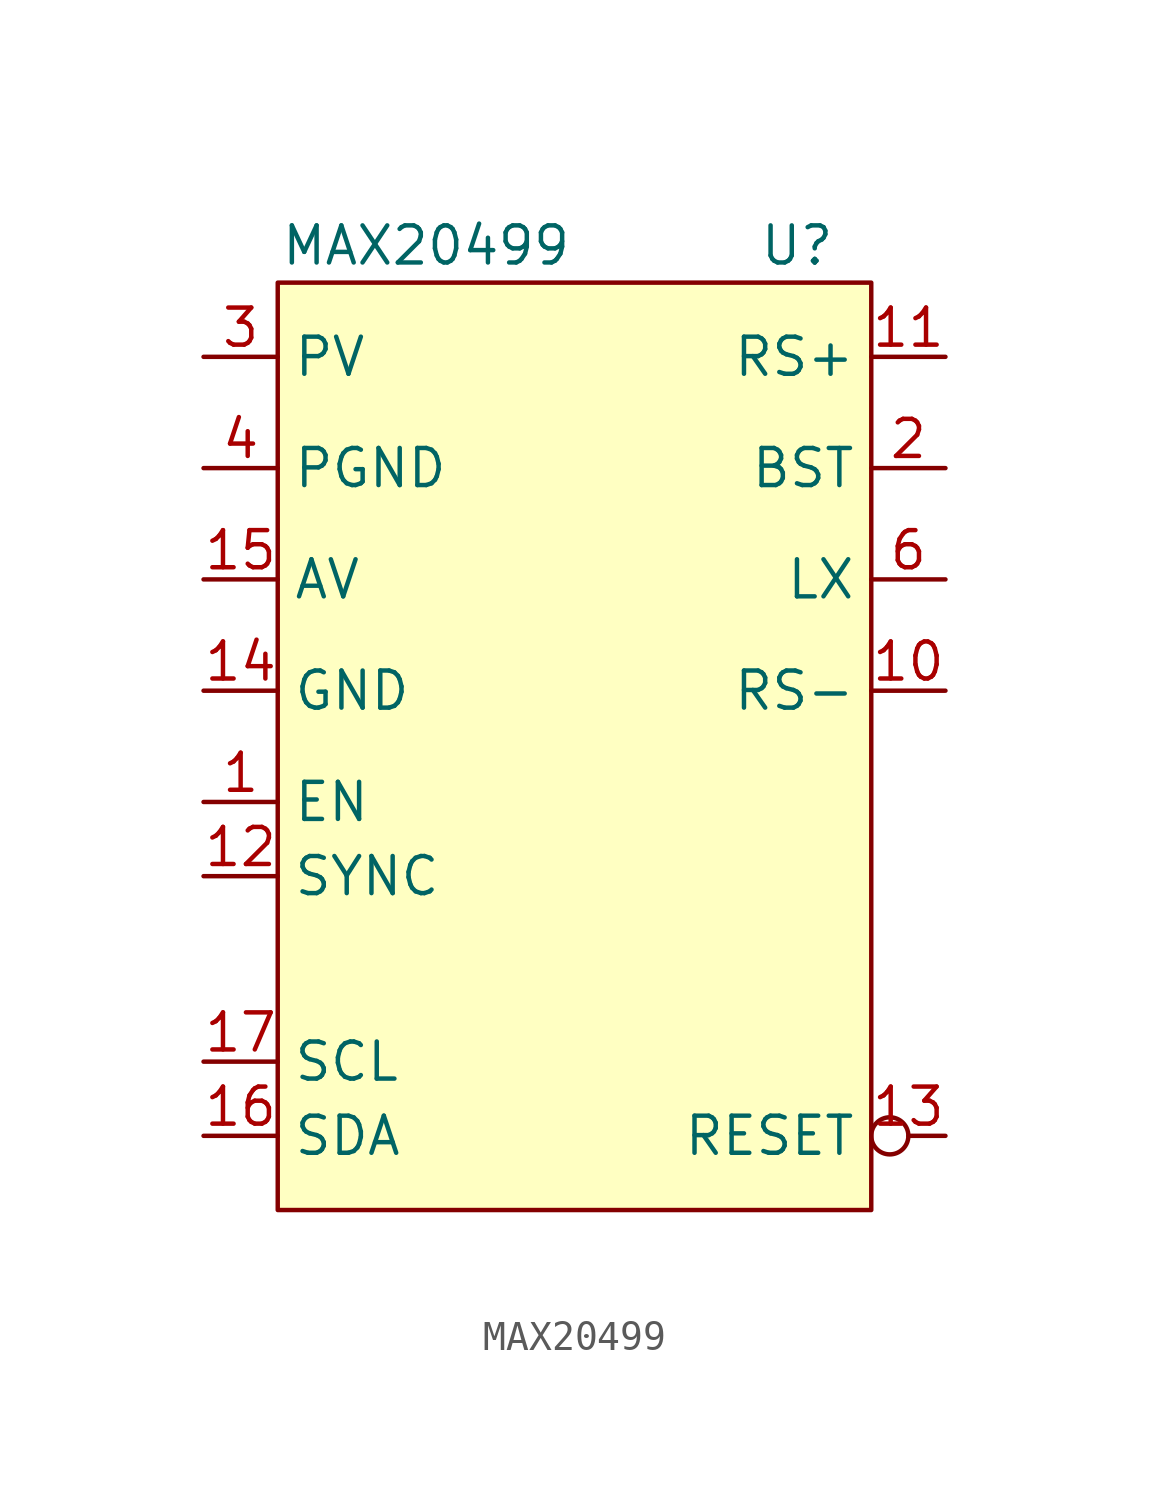
<source format=kicad_sym>
(kicad_symbol_lib
  (version 20211014)
  (generator kicad_symbol_editor)
  (symbol "MAX20499"
    (property "Reference" "U"
      (at 7.62 16.51 0)
      (effects (font (size 1.27 1.27))))
    (property "Value" "MAX20499"
      (at -5.08 16.51 0)
      (effects (font (size 1.27 1.27))))
    (symbol "MAX20499_0_1"
      (rectangle (start -10.16 15.24) (end 10.16 -16.51) (stroke (width 0.152) (type default) (color 0 0 0 0)) (fill (type background))))
    (symbol "MAX20499_1_1"
      (pin input line (at -12.7 -2.54 0) (length 2.54) (name "EN" (effects (font (size 1.27 1.27)))) (number "1" (effects (font (size 1.27 1.27)))))
      (pin input line (at 12.7 1.27 180) (length 2.54) (name "RS-" (effects (font (size 1.27 1.27)))) (number "10" (effects (font (size 1.27 1.27)))))
      (pin input line (at 12.7 12.7 180) (length 2.54) (name "RS+" (effects (font (size 1.27 1.27)))) (number "11" (effects (font (size 1.27 1.27)))))
      (pin input line (at -12.7 -5.08 0) (length 2.54) (name "SYNC" (effects (font (size 1.27 1.27)))) (number "12" (effects (font (size 1.27 1.27)))))
      (pin input inverted (at 12.7 -13.97 180) (length 2.54) (name "RESET" (effects (font (size 1.27 1.27)))) (number "13" (effects (font (size 1.27 1.27)))))
      (pin input line (at -12.7 1.27 0) (length 2.54) (name "GND" (effects (font (size 1.27 1.27)))) (number "14" (effects (font (size 1.27 1.27)))))
      (pin input line (at -12.7 5.08 0) (length 2.54) (name "AV" (effects (font (size 1.27 1.27)))) (number "15" (effects (font (size 1.27 1.27)))))
      (pin input line (at -12.7 -13.97 0) (length 2.54) (name "SDA" (effects (font (size 1.27 1.27)))) (number "16" (effects (font (size 1.27 1.27)))))
      (pin input line (at -12.7 -11.43 0) (length 2.54) (name "SCL" (effects (font (size 1.27 1.27)))) (number "17" (effects (font (size 1.27 1.27)))))
      (pin input line (at 12.7 8.89 180) (length 2.54) (name "BST" (effects (font (size 1.27 1.27)))) (number "2" (effects (font (size 1.27 1.27)))))
      (pin input line (at -12.7 12.7 0) (length 2.54) (name "PV" (effects (font (size 1.27 1.27)))) (number "3" (effects (font (size 1.27 1.27)))))
      (pin input line (at -12.7 8.89 0) (length 2.54) (name "PGND" (effects (font (size 1.27 1.27)))) (number "4" (effects (font (size 1.27 1.27)))))
      (pin input line (at -12.7 8.89 0) (length 2.54) hide (name "PGND" (effects (font (size 1.27 1.27)))) (number "5" (effects (font (size 1.27 1.27)))))
      (pin input line (at 12.7 5.08 180) (length 2.54) (name "LX" (effects (font (size 1.27 1.27)))) (number "6" (effects (font (size 1.27 1.27)))))
      (pin input line (at -12.7 8.89 0) (length 2.54) hide (name "PGND" (effects (font (size 1.27 1.27)))) (number "7" (effects (font (size 1.27 1.27)))))
      (pin input line (at -12.7 8.89 0) (length 2.54) hide (name "PGND" (effects (font (size 1.27 1.27)))) (number "8" (effects (font (size 1.27 1.27)))))
      (pin input line (at -12.7 12.7 0) (length 2.54) hide (name "PV" (effects (font (size 1.27 1.27)))) (number "9" (effects (font (size 1.27 1.27))))))))
</source>
